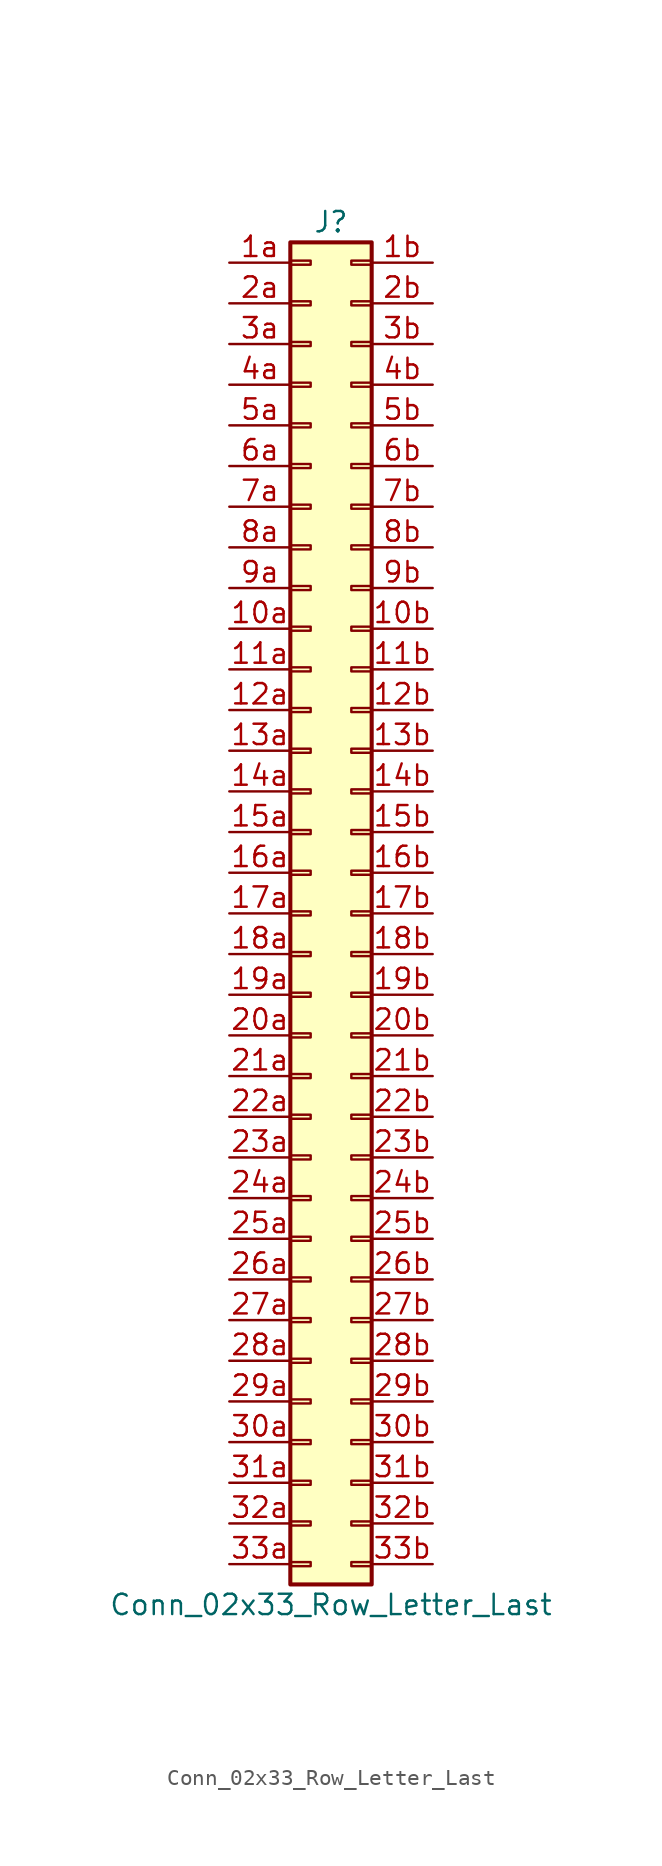
<source format=kicad_sym>
(kicad_symbol_lib
  (version 20220914)
  (generator kicad_symbol_editor)
  (symbol "Conn_02x33_Row_Letter_Last"
    (pin_names
      (offset 1.016) hide)
    (property "Reference" "J"
      (at 1.27 43.18 0)
      (effects (font (size 1.27 1.27))))
    (property "Value" "Conn_02x33_Row_Letter_Last"
      (at 1.27 -43.18 0)
      (effects (font (size 1.27 1.27))))
    (symbol "Conn_02x33_Row_Letter_Last_1_1"
      (rectangle (start -1.27 -40.513) (end 0 -40.767) (stroke (width 0.152) (type default)) (fill (type none)))
      (rectangle (start -1.27 -37.973) (end 0 -38.227) (stroke (width 0.152) (type default)) (fill (type none)))
      (rectangle (start -1.27 -35.433) (end 0 -35.687) (stroke (width 0.152) (type default)) (fill (type none)))
      (rectangle (start -1.27 -32.893) (end 0 -33.147) (stroke (width 0.152) (type default)) (fill (type none)))
      (rectangle (start -1.27 -30.353) (end 0 -30.607) (stroke (width 0.152) (type default)) (fill (type none)))
      (rectangle (start -1.27 -27.813) (end 0 -28.067) (stroke (width 0.152) (type default)) (fill (type none)))
      (rectangle (start -1.27 -25.273) (end 0 -25.527) (stroke (width 0.152) (type default)) (fill (type none)))
      (rectangle (start -1.27 -22.733) (end 0 -22.987) (stroke (width 0.152) (type default)) (fill (type none)))
      (rectangle (start -1.27 -20.193) (end 0 -20.447) (stroke (width 0.152) (type default)) (fill (type none)))
      (rectangle (start -1.27 -17.653) (end 0 -17.907) (stroke (width 0.152) (type default)) (fill (type none)))
      (rectangle (start -1.27 -15.113) (end 0 -15.367) (stroke (width 0.152) (type default)) (fill (type none)))
      (rectangle (start -1.27 -12.573) (end 0 -12.827) (stroke (width 0.152) (type default)) (fill (type none)))
      (rectangle (start -1.27 -10.033) (end 0 -10.287) (stroke (width 0.152) (type default)) (fill (type none)))
      (rectangle (start -1.27 -7.493) (end 0 -7.747) (stroke (width 0.152) (type default)) (fill (type none)))
      (rectangle (start -1.27 -4.953) (end 0 -5.207) (stroke (width 0.152) (type default)) (fill (type none)))
      (rectangle (start -1.27 -2.413) (end 0 -2.667) (stroke (width 0.152) (type default)) (fill (type none)))
      (rectangle (start -1.27 0.127) (end 0 -0.127) (stroke (width 0.152) (type default)) (fill (type none)))
      (rectangle (start -1.27 2.667) (end 0 2.413) (stroke (width 0.152) (type default)) (fill (type none)))
      (rectangle (start -1.27 5.207) (end 0 4.953) (stroke (width 0.152) (type default)) (fill (type none)))
      (rectangle (start -1.27 7.747) (end 0 7.493) (stroke (width 0.152) (type default)) (fill (type none)))
      (rectangle (start -1.27 10.287) (end 0 10.033) (stroke (width 0.152) (type default)) (fill (type none)))
      (rectangle (start -1.27 12.827) (end 0 12.573) (stroke (width 0.152) (type default)) (fill (type none)))
      (rectangle (start -1.27 15.367) (end 0 15.113) (stroke (width 0.152) (type default)) (fill (type none)))
      (rectangle (start -1.27 17.907) (end 0 17.653) (stroke (width 0.152) (type default)) (fill (type none)))
      (rectangle (start -1.27 20.447) (end 0 20.193) (stroke (width 0.152) (type default)) (fill (type none)))
      (rectangle (start -1.27 22.987) (end 0 22.733) (stroke (width 0.152) (type default)) (fill (type none)))
      (rectangle (start -1.27 25.527) (end 0 25.273) (stroke (width 0.152) (type default)) (fill (type none)))
      (rectangle (start -1.27 28.067) (end 0 27.813) (stroke (width 0.152) (type default)) (fill (type none)))
      (rectangle (start -1.27 30.607) (end 0 30.353) (stroke (width 0.152) (type default)) (fill (type none)))
      (rectangle (start -1.27 33.147) (end 0 32.893) (stroke (width 0.152) (type default)) (fill (type none)))
      (rectangle (start -1.27 35.687) (end 0 35.433) (stroke (width 0.152) (type default)) (fill (type none)))
      (rectangle (start -1.27 38.227) (end 0 37.973) (stroke (width 0.152) (type default)) (fill (type none)))
      (rectangle (start -1.27 40.767) (end 0 40.513) (stroke (width 0.152) (type default)) (fill (type none)))
      (rectangle (start -1.27 41.91) (end 3.81 -41.91) (stroke (width 0.254) (type default)) (fill (type background)))
      (rectangle (start 3.81 -40.513) (end 2.54 -40.767) (stroke (width 0.152) (type default)) (fill (type none)))
      (rectangle (start 3.81 -37.973) (end 2.54 -38.227) (stroke (width 0.152) (type default)) (fill (type none)))
      (rectangle (start 3.81 -35.433) (end 2.54 -35.687) (stroke (width 0.152) (type default)) (fill (type none)))
      (rectangle (start 3.81 -32.893) (end 2.54 -33.147) (stroke (width 0.152) (type default)) (fill (type none)))
      (rectangle (start 3.81 -30.353) (end 2.54 -30.607) (stroke (width 0.152) (type default)) (fill (type none)))
      (rectangle (start 3.81 -27.813) (end 2.54 -28.067) (stroke (width 0.152) (type default)) (fill (type none)))
      (rectangle (start 3.81 -25.273) (end 2.54 -25.527) (stroke (width 0.152) (type default)) (fill (type none)))
      (rectangle (start 3.81 -22.733) (end 2.54 -22.987) (stroke (width 0.152) (type default)) (fill (type none)))
      (rectangle (start 3.81 -20.193) (end 2.54 -20.447) (stroke (width 0.152) (type default)) (fill (type none)))
      (rectangle (start 3.81 -17.653) (end 2.54 -17.907) (stroke (width 0.152) (type default)) (fill (type none)))
      (rectangle (start 3.81 -15.113) (end 2.54 -15.367) (stroke (width 0.152) (type default)) (fill (type none)))
      (rectangle (start 3.81 -12.573) (end 2.54 -12.827) (stroke (width 0.152) (type default)) (fill (type none)))
      (rectangle (start 3.81 -10.033) (end 2.54 -10.287) (stroke (width 0.152) (type default)) (fill (type none)))
      (rectangle (start 3.81 -7.493) (end 2.54 -7.747) (stroke (width 0.152) (type default)) (fill (type none)))
      (rectangle (start 3.81 -4.953) (end 2.54 -5.207) (stroke (width 0.152) (type default)) (fill (type none)))
      (rectangle (start 3.81 -2.413) (end 2.54 -2.667) (stroke (width 0.152) (type default)) (fill (type none)))
      (rectangle (start 3.81 0.127) (end 2.54 -0.127) (stroke (width 0.152) (type default)) (fill (type none)))
      (rectangle (start 3.81 2.667) (end 2.54 2.413) (stroke (width 0.152) (type default)) (fill (type none)))
      (rectangle (start 3.81 5.207) (end 2.54 4.953) (stroke (width 0.152) (type default)) (fill (type none)))
      (rectangle (start 3.81 7.747) (end 2.54 7.493) (stroke (width 0.152) (type default)) (fill (type none)))
      (rectangle (start 3.81 10.287) (end 2.54 10.033) (stroke (width 0.152) (type default)) (fill (type none)))
      (rectangle (start 3.81 12.827) (end 2.54 12.573) (stroke (width 0.152) (type default)) (fill (type none)))
      (rectangle (start 3.81 15.367) (end 2.54 15.113) (stroke (width 0.152) (type default)) (fill (type none)))
      (rectangle (start 3.81 17.907) (end 2.54 17.653) (stroke (width 0.152) (type default)) (fill (type none)))
      (rectangle (start 3.81 20.447) (end 2.54 20.193) (stroke (width 0.152) (type default)) (fill (type none)))
      (rectangle (start 3.81 22.987) (end 2.54 22.733) (stroke (width 0.152) (type default)) (fill (type none)))
      (rectangle (start 3.81 25.527) (end 2.54 25.273) (stroke (width 0.152) (type default)) (fill (type none)))
      (rectangle (start 3.81 28.067) (end 2.54 27.813) (stroke (width 0.152) (type default)) (fill (type none)))
      (rectangle (start 3.81 30.607) (end 2.54 30.353) (stroke (width 0.152) (type default)) (fill (type none)))
      (rectangle (start 3.81 33.147) (end 2.54 32.893) (stroke (width 0.152) (type default)) (fill (type none)))
      (rectangle (start 3.81 35.687) (end 2.54 35.433) (stroke (width 0.152) (type default)) (fill (type none)))
      (rectangle (start 3.81 38.227) (end 2.54 37.973) (stroke (width 0.152) (type default)) (fill (type none)))
      (rectangle (start 3.81 40.767) (end 2.54 40.513) (stroke (width 0.152) (type default)) (fill (type none)))
      (pin passive line (at -5.08 17.78 0) (length 3.81) (name "Pin_10a" (effects (font (size 1.27 1.27)))) (number "10a" (effects (font (size 1.27 1.27)))))
      (pin passive line (at 7.62 17.78 180) (length 3.81) (name "Pin_10b" (effects (font (size 1.27 1.27)))) (number "10b" (effects (font (size 1.27 1.27)))))
      (pin passive line (at -5.08 15.24 0) (length 3.81) (name "Pin_11a" (effects (font (size 1.27 1.27)))) (number "11a" (effects (font (size 1.27 1.27)))))
      (pin passive line (at 7.62 15.24 180) (length 3.81) (name "Pin_11b" (effects (font (size 1.27 1.27)))) (number "11b" (effects (font (size 1.27 1.27)))))
      (pin passive line (at -5.08 12.7 0) (length 3.81) (name "Pin_12a" (effects (font (size 1.27 1.27)))) (number "12a" (effects (font (size 1.27 1.27)))))
      (pin passive line (at 7.62 12.7 180) (length 3.81) (name "Pin_12b" (effects (font (size 1.27 1.27)))) (number "12b" (effects (font (size 1.27 1.27)))))
      (pin passive line (at -5.08 10.16 0) (length 3.81) (name "Pin_13a" (effects (font (size 1.27 1.27)))) (number "13a" (effects (font (size 1.27 1.27)))))
      (pin passive line (at 7.62 10.16 180) (length 3.81) (name "Pin_13b" (effects (font (size 1.27 1.27)))) (number "13b" (effects (font (size 1.27 1.27)))))
      (pin passive line (at -5.08 7.62 0) (length 3.81) (name "Pin_14a" (effects (font (size 1.27 1.27)))) (number "14a" (effects (font (size 1.27 1.27)))))
      (pin passive line (at 7.62 7.62 180) (length 3.81) (name "Pin_14b" (effects (font (size 1.27 1.27)))) (number "14b" (effects (font (size 1.27 1.27)))))
      (pin passive line (at -5.08 5.08 0) (length 3.81) (name "Pin_15a" (effects (font (size 1.27 1.27)))) (number "15a" (effects (font (size 1.27 1.27)))))
      (pin passive line (at 7.62 5.08 180) (length 3.81) (name "Pin_15b" (effects (font (size 1.27 1.27)))) (number "15b" (effects (font (size 1.27 1.27)))))
      (pin passive line (at -5.08 2.54 0) (length 3.81) (name "Pin_16a" (effects (font (size 1.27 1.27)))) (number "16a" (effects (font (size 1.27 1.27)))))
      (pin passive line (at 7.62 2.54 180) (length 3.81) (name "Pin_16b" (effects (font (size 1.27 1.27)))) (number "16b" (effects (font (size 1.27 1.27)))))
      (pin passive line (at -5.08 0 0) (length 3.81) (name "Pin_17a" (effects (font (size 1.27 1.27)))) (number "17a" (effects (font (size 1.27 1.27)))))
      (pin passive line (at 7.62 0 180) (length 3.81) (name "Pin_17b" (effects (font (size 1.27 1.27)))) (number "17b" (effects (font (size 1.27 1.27)))))
      (pin passive line (at -5.08 -2.54 0) (length 3.81) (name "Pin_18a" (effects (font (size 1.27 1.27)))) (number "18a" (effects (font (size 1.27 1.27)))))
      (pin passive line (at 7.62 -2.54 180) (length 3.81) (name "Pin_18b" (effects (font (size 1.27 1.27)))) (number "18b" (effects (font (size 1.27 1.27)))))
      (pin passive line (at -5.08 -5.08 0) (length 3.81) (name "Pin_19a" (effects (font (size 1.27 1.27)))) (number "19a" (effects (font (size 1.27 1.27)))))
      (pin passive line (at 7.62 -5.08 180) (length 3.81) (name "Pin_19b" (effects (font (size 1.27 1.27)))) (number "19b" (effects (font (size 1.27 1.27)))))
      (pin passive line (at -5.08 40.64 0) (length 3.81) (name "Pin_1a" (effects (font (size 1.27 1.27)))) (number "1a" (effects (font (size 1.27 1.27)))))
      (pin passive line (at 7.62 40.64 180) (length 3.81) (name "Pin_1b" (effects (font (size 1.27 1.27)))) (number "1b" (effects (font (size 1.27 1.27)))))
      (pin passive line (at -5.08 -7.62 0) (length 3.81) (name "Pin_20a" (effects (font (size 1.27 1.27)))) (number "20a" (effects (font (size 1.27 1.27)))))
      (pin passive line (at 7.62 -7.62 180) (length 3.81) (name "Pin_20b" (effects (font (size 1.27 1.27)))) (number "20b" (effects (font (size 1.27 1.27)))))
      (pin passive line (at -5.08 -10.16 0) (length 3.81) (name "Pin_21a" (effects (font (size 1.27 1.27)))) (number "21a" (effects (font (size 1.27 1.27)))))
      (pin passive line (at 7.62 -10.16 180) (length 3.81) (name "Pin_21b" (effects (font (size 1.27 1.27)))) (number "21b" (effects (font (size 1.27 1.27)))))
      (pin passive line (at -5.08 -12.7 0) (length 3.81) (name "Pin_22a" (effects (font (size 1.27 1.27)))) (number "22a" (effects (font (size 1.27 1.27)))))
      (pin passive line (at 7.62 -12.7 180) (length 3.81) (name "Pin_22b" (effects (font (size 1.27 1.27)))) (number "22b" (effects (font (size 1.27 1.27)))))
      (pin passive line (at -5.08 -15.24 0) (length 3.81) (name "Pin_23a" (effects (font (size 1.27 1.27)))) (number "23a" (effects (font (size 1.27 1.27)))))
      (pin passive line (at 7.62 -15.24 180) (length 3.81) (name "Pin_23b" (effects (font (size 1.27 1.27)))) (number "23b" (effects (font (size 1.27 1.27)))))
      (pin passive line (at -5.08 -17.78 0) (length 3.81) (name "Pin_24a" (effects (font (size 1.27 1.27)))) (number "24a" (effects (font (size 1.27 1.27)))))
      (pin passive line (at 7.62 -17.78 180) (length 3.81) (name "Pin_24b" (effects (font (size 1.27 1.27)))) (number "24b" (effects (font (size 1.27 1.27)))))
      (pin passive line (at -5.08 -20.32 0) (length 3.81) (name "Pin_25a" (effects (font (size 1.27 1.27)))) (number "25a" (effects (font (size 1.27 1.27)))))
      (pin passive line (at 7.62 -20.32 180) (length 3.81) (name "Pin_25b" (effects (font (size 1.27 1.27)))) (number "25b" (effects (font (size 1.27 1.27)))))
      (pin passive line (at -5.08 -22.86 0) (length 3.81) (name "Pin_26a" (effects (font (size 1.27 1.27)))) (number "26a" (effects (font (size 1.27 1.27)))))
      (pin passive line (at 7.62 -22.86 180) (length 3.81) (name "Pin_26b" (effects (font (size 1.27 1.27)))) (number "26b" (effects (font (size 1.27 1.27)))))
      (pin passive line (at -5.08 -25.4 0) (length 3.81) (name "Pin_27a" (effects (font (size 1.27 1.27)))) (number "27a" (effects (font (size 1.27 1.27)))))
      (pin passive line (at 7.62 -25.4 180) (length 3.81) (name "Pin_27b" (effects (font (size 1.27 1.27)))) (number "27b" (effects (font (size 1.27 1.27)))))
      (pin passive line (at -5.08 -27.94 0) (length 3.81) (name "Pin_28a" (effects (font (size 1.27 1.27)))) (number "28a" (effects (font (size 1.27 1.27)))))
      (pin passive line (at 7.62 -27.94 180) (length 3.81) (name "Pin_28b" (effects (font (size 1.27 1.27)))) (number "28b" (effects (font (size 1.27 1.27)))))
      (pin passive line (at -5.08 -30.48 0) (length 3.81) (name "Pin_29a" (effects (font (size 1.27 1.27)))) (number "29a" (effects (font (size 1.27 1.27)))))
      (pin passive line (at 7.62 -30.48 180) (length 3.81) (name "Pin_29b" (effects (font (size 1.27 1.27)))) (number "29b" (effects (font (size 1.27 1.27)))))
      (pin passive line (at -5.08 38.1 0) (length 3.81) (name "Pin_2a" (effects (font (size 1.27 1.27)))) (number "2a" (effects (font (size 1.27 1.27)))))
      (pin passive line (at 7.62 38.1 180) (length 3.81) (name "Pin_2b" (effects (font (size 1.27 1.27)))) (number "2b" (effects (font (size 1.27 1.27)))))
      (pin passive line (at -5.08 -33.02 0) (length 3.81) (name "Pin_30a" (effects (font (size 1.27 1.27)))) (number "30a" (effects (font (size 1.27 1.27)))))
      (pin passive line (at 7.62 -33.02 180) (length 3.81) (name "Pin_30b" (effects (font (size 1.27 1.27)))) (number "30b" (effects (font (size 1.27 1.27)))))
      (pin passive line (at -5.08 -35.56 0) (length 3.81) (name "Pin_31a" (effects (font (size 1.27 1.27)))) (number "31a" (effects (font (size 1.27 1.27)))))
      (pin passive line (at 7.62 -35.56 180) (length 3.81) (name "Pin_31b" (effects (font (size 1.27 1.27)))) (number "31b" (effects (font (size 1.27 1.27)))))
      (pin passive line (at -5.08 -38.1 0) (length 3.81) (name "Pin_32a" (effects (font (size 1.27 1.27)))) (number "32a" (effects (font (size 1.27 1.27)))))
      (pin passive line (at 7.62 -38.1 180) (length 3.81) (name "Pin_32b" (effects (font (size 1.27 1.27)))) (number "32b" (effects (font (size 1.27 1.27)))))
      (pin passive line (at -5.08 -40.64 0) (length 3.81) (name "Pin_33a" (effects (font (size 1.27 1.27)))) (number "33a" (effects (font (size 1.27 1.27)))))
      (pin passive line (at 7.62 -40.64 180) (length 3.81) (name "Pin_33b" (effects (font (size 1.27 1.27)))) (number "33b" (effects (font (size 1.27 1.27)))))
      (pin passive line (at -5.08 35.56 0) (length 3.81) (name "Pin_3a" (effects (font (size 1.27 1.27)))) (number "3a" (effects (font (size 1.27 1.27)))))
      (pin passive line (at 7.62 35.56 180) (length 3.81) (name "Pin_3b" (effects (font (size 1.27 1.27)))) (number "3b" (effects (font (size 1.27 1.27)))))
      (pin passive line (at -5.08 33.02 0) (length 3.81) (name "Pin_4a" (effects (font (size 1.27 1.27)))) (number "4a" (effects (font (size 1.27 1.27)))))
      (pin passive line (at 7.62 33.02 180) (length 3.81) (name "Pin_4b" (effects (font (size 1.27 1.27)))) (number "4b" (effects (font (size 1.27 1.27)))))
      (pin passive line (at -5.08 30.48 0) (length 3.81) (name "Pin_5a" (effects (font (size 1.27 1.27)))) (number "5a" (effects (font (size 1.27 1.27)))))
      (pin passive line (at 7.62 30.48 180) (length 3.81) (name "Pin_5b" (effects (font (size 1.27 1.27)))) (number "5b" (effects (font (size 1.27 1.27)))))
      (pin passive line (at -5.08 27.94 0) (length 3.81) (name "Pin_6a" (effects (font (size 1.27 1.27)))) (number "6a" (effects (font (size 1.27 1.27)))))
      (pin passive line (at 7.62 27.94 180) (length 3.81) (name "Pin_6b" (effects (font (size 1.27 1.27)))) (number "6b" (effects (font (size 1.27 1.27)))))
      (pin passive line (at -5.08 25.4 0) (length 3.81) (name "Pin_7a" (effects (font (size 1.27 1.27)))) (number "7a" (effects (font (size 1.27 1.27)))))
      (pin passive line (at 7.62 25.4 180) (length 3.81) (name "Pin_7b" (effects (font (size 1.27 1.27)))) (number "7b" (effects (font (size 1.27 1.27)))))
      (pin passive line (at -5.08 22.86 0) (length 3.81) (name "Pin_8a" (effects (font (size 1.27 1.27)))) (number "8a" (effects (font (size 1.27 1.27)))))
      (pin passive line (at 7.62 22.86 180) (length 3.81) (name "Pin_8b" (effects (font (size 1.27 1.27)))) (number "8b" (effects (font (size 1.27 1.27)))))
      (pin passive line (at -5.08 20.32 0) (length 3.81) (name "Pin_9a" (effects (font (size 1.27 1.27)))) (number "9a" (effects (font (size 1.27 1.27)))))
      (pin passive line (at 7.62 20.32 180) (length 3.81) (name "Pin_9b" (effects (font (size 1.27 1.27)))) (number "9b" (effects (font (size 1.27 1.27))))))))
</source>
